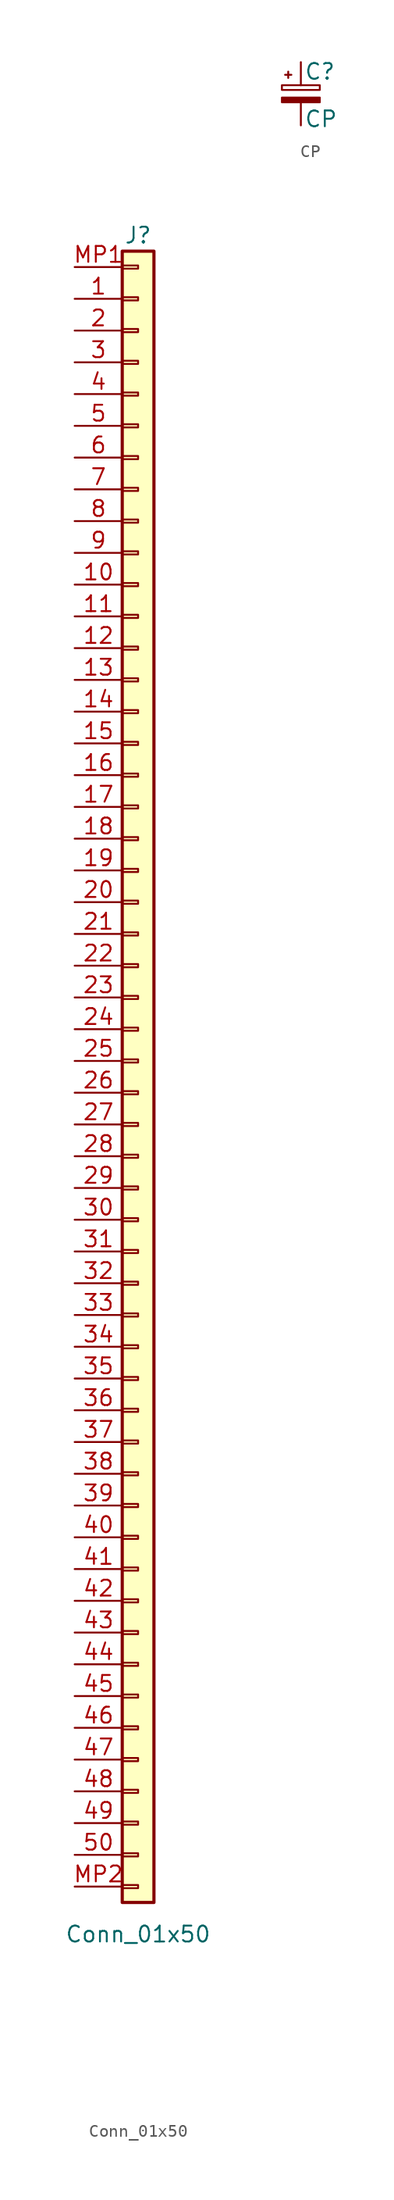
<source format=kicad_sym>
(kicad_symbol_lib
  (version 20220914)
  (generator kicad_symbol_editor)
  (symbol "Conn_01x50"
    (pin_names
      (offset 1.016) hide)
    (property "Reference" "J"
      (at 0 53.34 0)
      (effects (font (size 1.27 1.27))))
    (property "Value" "Conn_01x50"
      (at 0 -82.55 0)
      (effects (font (size 1.27 1.27))))
    (symbol "Conn_01x50_1_1"
      (rectangle (start -1.27 -78.613) (end 0 -78.867) (stroke (width 0.152) (type default)) (fill (type none)))
      (rectangle (start -1.27 -76.073) (end 0 -76.327) (stroke (width 0.152) (type default)) (fill (type none)))
      (rectangle (start -1.27 -73.533) (end 0 -73.787) (stroke (width 0.152) (type default)) (fill (type none)))
      (rectangle (start -1.27 -70.993) (end 0 -71.247) (stroke (width 0.152) (type default)) (fill (type none)))
      (rectangle (start -1.27 -68.453) (end 0 -68.707) (stroke (width 0.152) (type default)) (fill (type none)))
      (rectangle (start -1.27 -65.913) (end 0 -66.167) (stroke (width 0.152) (type default)) (fill (type none)))
      (rectangle (start -1.27 -63.373) (end 0 -63.627) (stroke (width 0.152) (type default)) (fill (type none)))
      (rectangle (start -1.27 -60.833) (end 0 -61.087) (stroke (width 0.152) (type default)) (fill (type none)))
      (rectangle (start -1.27 -58.293) (end 0 -58.547) (stroke (width 0.152) (type default)) (fill (type none)))
      (rectangle (start -1.27 -55.753) (end 0 -56.007) (stroke (width 0.152) (type default)) (fill (type none)))
      (rectangle (start -1.27 -53.213) (end 0 -53.467) (stroke (width 0.152) (type default)) (fill (type none)))
      (rectangle (start -1.27 -50.673) (end 0 -50.927) (stroke (width 0.152) (type default)) (fill (type none)))
      (rectangle (start -1.27 -48.133) (end 0 -48.387) (stroke (width 0.152) (type default)) (fill (type none)))
      (rectangle (start -1.27 -45.593) (end 0 -45.847) (stroke (width 0.152) (type default)) (fill (type none)))
      (rectangle (start -1.27 -43.053) (end 0 -43.307) (stroke (width 0.152) (type default)) (fill (type none)))
      (rectangle (start -1.27 -40.513) (end 0 -40.767) (stroke (width 0.152) (type default)) (fill (type none)))
      (rectangle (start -1.27 -37.973) (end 0 -38.227) (stroke (width 0.152) (type default)) (fill (type none)))
      (rectangle (start -1.27 -35.433) (end 0 -35.687) (stroke (width 0.152) (type default)) (fill (type none)))
      (rectangle (start -1.27 -32.893) (end 0 -33.147) (stroke (width 0.152) (type default)) (fill (type none)))
      (rectangle (start -1.27 -30.353) (end 0 -30.607) (stroke (width 0.152) (type default)) (fill (type none)))
      (rectangle (start -1.27 -27.813) (end 0 -28.067) (stroke (width 0.152) (type default)) (fill (type none)))
      (rectangle (start -1.27 -25.273) (end 0 -25.527) (stroke (width 0.152) (type default)) (fill (type none)))
      (rectangle (start -1.27 -22.733) (end 0 -22.987) (stroke (width 0.152) (type default)) (fill (type none)))
      (rectangle (start -1.27 -20.193) (end 0 -20.447) (stroke (width 0.152) (type default)) (fill (type none)))
      (rectangle (start -1.27 -17.653) (end 0 -17.907) (stroke (width 0.152) (type default)) (fill (type none)))
      (rectangle (start -1.27 -15.113) (end 0 -15.367) (stroke (width 0.152) (type default)) (fill (type none)))
      (rectangle (start -1.27 -12.573) (end 0 -12.827) (stroke (width 0.152) (type default)) (fill (type none)))
      (rectangle (start -1.27 -10.033) (end 0 -10.287) (stroke (width 0.152) (type default)) (fill (type none)))
      (rectangle (start -1.27 -7.493) (end 0 -7.747) (stroke (width 0.152) (type default)) (fill (type none)))
      (rectangle (start -1.27 -4.953) (end 0 -5.207) (stroke (width 0.152) (type default)) (fill (type none)))
      (rectangle (start -1.27 -2.413) (end 0 -2.667) (stroke (width 0.152) (type default)) (fill (type none)))
      (rectangle (start -1.27 0.127) (end 0 -0.127) (stroke (width 0.152) (type default)) (fill (type none)))
      (rectangle (start -1.27 2.667) (end 0 2.413) (stroke (width 0.152) (type default)) (fill (type none)))
      (rectangle (start -1.27 5.207) (end 0 4.953) (stroke (width 0.152) (type default)) (fill (type none)))
      (rectangle (start -1.27 7.747) (end 0 7.493) (stroke (width 0.152) (type default)) (fill (type none)))
      (rectangle (start -1.27 10.287) (end 0 10.033) (stroke (width 0.152) (type default)) (fill (type none)))
      (rectangle (start -1.27 12.827) (end 0 12.573) (stroke (width 0.152) (type default)) (fill (type none)))
      (rectangle (start -1.27 15.367) (end 0 15.113) (stroke (width 0.152) (type default)) (fill (type none)))
      (rectangle (start -1.27 17.907) (end 0 17.653) (stroke (width 0.152) (type default)) (fill (type none)))
      (rectangle (start -1.27 20.447) (end 0 20.193) (stroke (width 0.152) (type default)) (fill (type none)))
      (rectangle (start -1.27 22.987) (end 0 22.733) (stroke (width 0.152) (type default)) (fill (type none)))
      (rectangle (start -1.27 25.527) (end 0 25.273) (stroke (width 0.152) (type default)) (fill (type none)))
      (rectangle (start -1.27 28.067) (end 0 27.813) (stroke (width 0.152) (type default)) (fill (type none)))
      (rectangle (start -1.27 30.607) (end 0 30.353) (stroke (width 0.152) (type default)) (fill (type none)))
      (rectangle (start -1.27 33.147) (end 0 32.893) (stroke (width 0.152) (type default)) (fill (type none)))
      (rectangle (start -1.27 35.687) (end 0 35.433) (stroke (width 0.152) (type default)) (fill (type none)))
      (rectangle (start -1.27 38.227) (end 0 37.973) (stroke (width 0.152) (type default)) (fill (type none)))
      (rectangle (start -1.27 40.767) (end 0 40.513) (stroke (width 0.152) (type default)) (fill (type none)))
      (rectangle (start -1.27 43.307) (end 0 43.053) (stroke (width 0.152) (type default)) (fill (type none)))
      (rectangle (start -1.27 45.847) (end 0 45.593) (stroke (width 0.152) (type default)) (fill (type none)))
      (rectangle (start -1.27 48.387) (end 0 48.133) (stroke (width 0.152) (type default)) (fill (type none)))
      (rectangle (start -1.27 50.927) (end 0 50.673) (stroke (width 0.152) (type default)) (fill (type none)))
      (rectangle (start -1.27 52.07) (end 1.27 -80.01) (stroke (width 0.254) (type default)) (fill (type background)))
      (pin passive line (at -5.08 48.26 0) (length 3.81) (name "Pin_1" (effects (font (size 1.27 1.27)))) (number "1" (effects (font (size 1.27 1.27)))))
      (pin passive line (at -5.08 25.4 0) (length 3.81) (name "Pin_10" (effects (font (size 1.27 1.27)))) (number "10" (effects (font (size 1.27 1.27)))))
      (pin passive line (at -5.08 22.86 0) (length 3.81) (name "Pin_11" (effects (font (size 1.27 1.27)))) (number "11" (effects (font (size 1.27 1.27)))))
      (pin passive line (at -5.08 20.32 0) (length 3.81) (name "Pin_12" (effects (font (size 1.27 1.27)))) (number "12" (effects (font (size 1.27 1.27)))))
      (pin passive line (at -5.08 17.78 0) (length 3.81) (name "Pin_13" (effects (font (size 1.27 1.27)))) (number "13" (effects (font (size 1.27 1.27)))))
      (pin passive line (at -5.08 15.24 0) (length 3.81) (name "Pin_14" (effects (font (size 1.27 1.27)))) (number "14" (effects (font (size 1.27 1.27)))))
      (pin passive line (at -5.08 12.7 0) (length 3.81) (name "Pin_15" (effects (font (size 1.27 1.27)))) (number "15" (effects (font (size 1.27 1.27)))))
      (pin passive line (at -5.08 10.16 0) (length 3.81) (name "Pin_16" (effects (font (size 1.27 1.27)))) (number "16" (effects (font (size 1.27 1.27)))))
      (pin passive line (at -5.08 7.62 0) (length 3.81) (name "Pin_17" (effects (font (size 1.27 1.27)))) (number "17" (effects (font (size 1.27 1.27)))))
      (pin passive line (at -5.08 5.08 0) (length 3.81) (name "Pin_18" (effects (font (size 1.27 1.27)))) (number "18" (effects (font (size 1.27 1.27)))))
      (pin passive line (at -5.08 2.54 0) (length 3.81) (name "Pin_19" (effects (font (size 1.27 1.27)))) (number "19" (effects (font (size 1.27 1.27)))))
      (pin passive line (at -5.08 45.72 0) (length 3.81) (name "Pin_2" (effects (font (size 1.27 1.27)))) (number "2" (effects (font (size 1.27 1.27)))))
      (pin passive line (at -5.08 0 0) (length 3.81) (name "Pin_20" (effects (font (size 1.27 1.27)))) (number "20" (effects (font (size 1.27 1.27)))))
      (pin passive line (at -5.08 -2.54 0) (length 3.81) (name "Pin_21" (effects (font (size 1.27 1.27)))) (number "21" (effects (font (size 1.27 1.27)))))
      (pin passive line (at -5.08 -5.08 0) (length 3.81) (name "Pin_22" (effects (font (size 1.27 1.27)))) (number "22" (effects (font (size 1.27 1.27)))))
      (pin passive line (at -5.08 -7.62 0) (length 3.81) (name "Pin_23" (effects (font (size 1.27 1.27)))) (number "23" (effects (font (size 1.27 1.27)))))
      (pin passive line (at -5.08 -10.16 0) (length 3.81) (name "Pin_24" (effects (font (size 1.27 1.27)))) (number "24" (effects (font (size 1.27 1.27)))))
      (pin passive line (at -5.08 -12.7 0) (length 3.81) (name "Pin_25" (effects (font (size 1.27 1.27)))) (number "25" (effects (font (size 1.27 1.27)))))
      (pin passive line (at -5.08 -15.24 0) (length 3.81) (name "Pin_26" (effects (font (size 1.27 1.27)))) (number "26" (effects (font (size 1.27 1.27)))))
      (pin passive line (at -5.08 -17.78 0) (length 3.81) (name "Pin_27" (effects (font (size 1.27 1.27)))) (number "27" (effects (font (size 1.27 1.27)))))
      (pin passive line (at -5.08 -20.32 0) (length 3.81) (name "Pin_28" (effects (font (size 1.27 1.27)))) (number "28" (effects (font (size 1.27 1.27)))))
      (pin passive line (at -5.08 -22.86 0) (length 3.81) (name "Pin_29" (effects (font (size 1.27 1.27)))) (number "29" (effects (font (size 1.27 1.27)))))
      (pin passive line (at -5.08 43.18 0) (length 3.81) (name "Pin_3" (effects (font (size 1.27 1.27)))) (number "3" (effects (font (size 1.27 1.27)))))
      (pin passive line (at -5.08 -25.4 0) (length 3.81) (name "Pin_30" (effects (font (size 1.27 1.27)))) (number "30" (effects (font (size 1.27 1.27)))))
      (pin passive line (at -5.08 -27.94 0) (length 3.81) (name "Pin_31" (effects (font (size 1.27 1.27)))) (number "31" (effects (font (size 1.27 1.27)))))
      (pin passive line (at -5.08 -30.48 0) (length 3.81) (name "Pin_32" (effects (font (size 1.27 1.27)))) (number "32" (effects (font (size 1.27 1.27)))))
      (pin passive line (at -5.08 -33.02 0) (length 3.81) (name "Pin_33" (effects (font (size 1.27 1.27)))) (number "33" (effects (font (size 1.27 1.27)))))
      (pin passive line (at -5.08 -35.56 0) (length 3.81) (name "Pin_34" (effects (font (size 1.27 1.27)))) (number "34" (effects (font (size 1.27 1.27)))))
      (pin passive line (at -5.08 -38.1 0) (length 3.81) (name "Pin_35" (effects (font (size 1.27 1.27)))) (number "35" (effects (font (size 1.27 1.27)))))
      (pin passive line (at -5.08 -40.64 0) (length 3.81) (name "Pin_36" (effects (font (size 1.27 1.27)))) (number "36" (effects (font (size 1.27 1.27)))))
      (pin passive line (at -5.08 -43.18 0) (length 3.81) (name "Pin_37" (effects (font (size 1.27 1.27)))) (number "37" (effects (font (size 1.27 1.27)))))
      (pin passive line (at -5.08 -45.72 0) (length 3.81) (name "Pin_38" (effects (font (size 1.27 1.27)))) (number "38" (effects (font (size 1.27 1.27)))))
      (pin passive line (at -5.08 -48.26 0) (length 3.81) (name "Pin_39" (effects (font (size 1.27 1.27)))) (number "39" (effects (font (size 1.27 1.27)))))
      (pin passive line (at -5.08 40.64 0) (length 3.81) (name "Pin_4" (effects (font (size 1.27 1.27)))) (number "4" (effects (font (size 1.27 1.27)))))
      (pin passive line (at -5.08 -50.8 0) (length 3.81) (name "Pin_40" (effects (font (size 1.27 1.27)))) (number "40" (effects (font (size 1.27 1.27)))))
      (pin passive line (at -5.08 -53.34 0) (length 3.81) (name "Pin_41" (effects (font (size 1.27 1.27)))) (number "41" (effects (font (size 1.27 1.27)))))
      (pin passive line (at -5.08 -55.88 0) (length 3.81) (name "Pin_42" (effects (font (size 1.27 1.27)))) (number "42" (effects (font (size 1.27 1.27)))))
      (pin passive line (at -5.08 -58.42 0) (length 3.81) (name "Pin_43" (effects (font (size 1.27 1.27)))) (number "43" (effects (font (size 1.27 1.27)))))
      (pin passive line (at -5.08 -60.96 0) (length 3.81) (name "Pin_44" (effects (font (size 1.27 1.27)))) (number "44" (effects (font (size 1.27 1.27)))))
      (pin passive line (at -5.08 -63.5 0) (length 3.81) (name "Pin_45" (effects (font (size 1.27 1.27)))) (number "45" (effects (font (size 1.27 1.27)))))
      (pin passive line (at -5.08 -66.04 0) (length 3.81) (name "Pin_46" (effects (font (size 1.27 1.27)))) (number "46" (effects (font (size 1.27 1.27)))))
      (pin passive line (at -5.08 -68.58 0) (length 3.81) (name "Pin_47" (effects (font (size 1.27 1.27)))) (number "47" (effects (font (size 1.27 1.27)))))
      (pin passive line (at -5.08 -71.12 0) (length 3.81) (name "Pin_48" (effects (font (size 1.27 1.27)))) (number "48" (effects (font (size 1.27 1.27)))))
      (pin passive line (at -5.08 -73.66 0) (length 3.81) (name "Pin_49" (effects (font (size 1.27 1.27)))) (number "49" (effects (font (size 1.27 1.27)))))
      (pin passive line (at -5.08 38.1 0) (length 3.81) (name "Pin_5" (effects (font (size 1.27 1.27)))) (number "5" (effects (font (size 1.27 1.27)))))
      (pin passive line (at -5.08 -76.2 0) (length 3.81) (name "Pin_50" (effects (font (size 1.27 1.27)))) (number "50" (effects (font (size 1.27 1.27)))))
      (pin passive line (at -5.08 35.56 0) (length 3.81) (name "Pin_6" (effects (font (size 1.27 1.27)))) (number "6" (effects (font (size 1.27 1.27)))))
      (pin passive line (at -5.08 33.02 0) (length 3.81) (name "Pin_7" (effects (font (size 1.27 1.27)))) (number "7" (effects (font (size 1.27 1.27)))))
      (pin passive line (at -5.08 30.48 0) (length 3.81) (name "Pin_8" (effects (font (size 1.27 1.27)))) (number "8" (effects (font (size 1.27 1.27)))))
      (pin passive line (at -5.08 27.94 0) (length 3.81) (name "Pin_9" (effects (font (size 1.27 1.27)))) (number "9" (effects (font (size 1.27 1.27)))))
      (pin passive line (at -5.08 50.8 0) (length 3.81) (name "MP" (effects (font (size 1.27 1.27)))) (number "MP1" (effects (font (size 1.27 1.27)))))
      (pin passive line (at -5.08 -78.74 0) (length 3.81) (name "MP" (effects (font (size 1.27 1.27)))) (number "MP2" (effects (font (size 1.27 1.27)))))))
  (symbol "CP"
    (pin_numbers hide)
    (pin_names
      (offset 0.254) hide)
    (property "Reference" "C"
      (at 0.254 1.778 0)
      (effects (font (size 1.27 1.27)) (justify left)))
    (property "Value" "CP"
      (at 0.254 -2.032 0)
      (effects (font (size 1.27 1.27)) (justify left)))
    (symbol "CP_0_1"
      (rectangle (start -1.524 -0.305) (end 1.524 -0.686) (stroke (width 0) (type default)) (fill (type outline)))
      (rectangle (start -1.524 0.686) (end 1.524 0.305) (stroke (width 0) (type default)) (fill (type none)))
      (polyline (pts (xy -1.27 1.524) (xy -0.762 1.524)) (stroke (width 0) (type default)) (fill (type none)))
      (polyline (pts (xy -1.016 1.27) (xy -1.016 1.778)) (stroke (width 0) (type default)) (fill (type none))))
    (symbol "CP_1_1"
      (pin passive line (at 0 2.54 270) (length 1.854) (name "~" (effects (font (size 1.27 1.27)))) (number "1" (effects (font (size 1.27 1.27)))))
      (pin passive line (at 0 -2.54 90) (length 1.854) (name "~" (effects (font (size 1.27 1.27)))) (number "2" (effects (font (size 1.27 1.27))))))))
</source>
